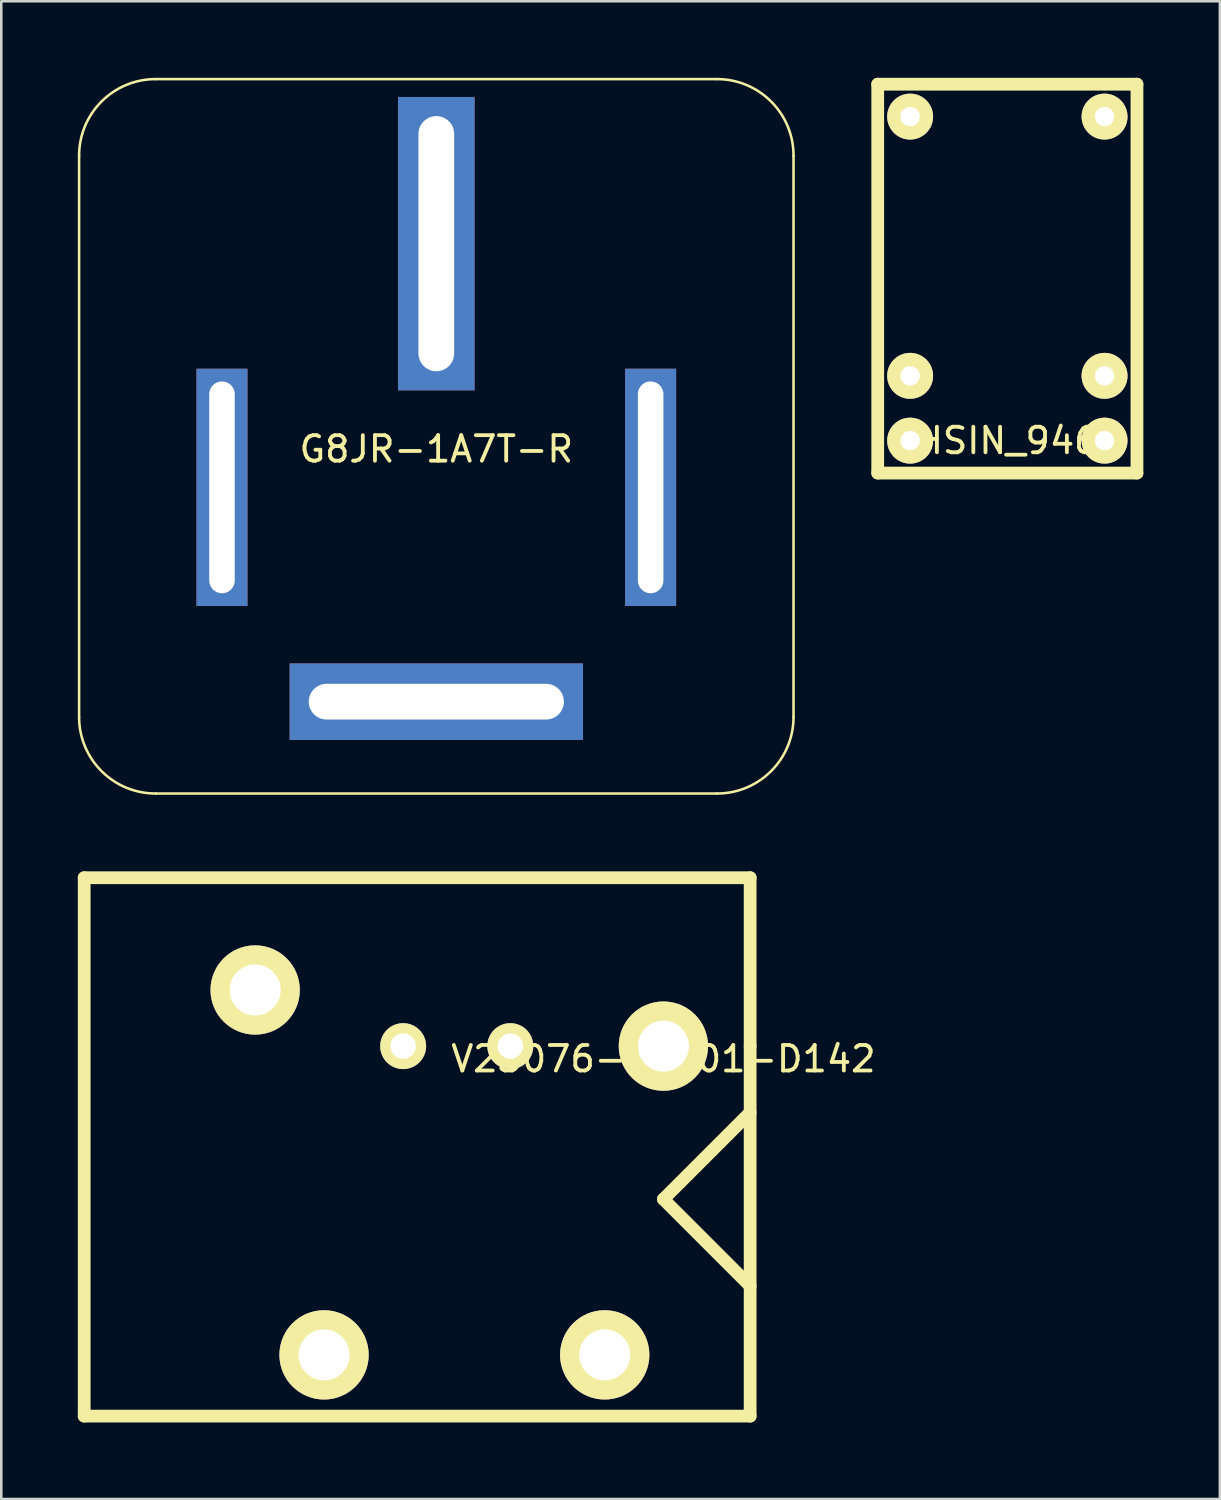
<source format=kicad_pcb>
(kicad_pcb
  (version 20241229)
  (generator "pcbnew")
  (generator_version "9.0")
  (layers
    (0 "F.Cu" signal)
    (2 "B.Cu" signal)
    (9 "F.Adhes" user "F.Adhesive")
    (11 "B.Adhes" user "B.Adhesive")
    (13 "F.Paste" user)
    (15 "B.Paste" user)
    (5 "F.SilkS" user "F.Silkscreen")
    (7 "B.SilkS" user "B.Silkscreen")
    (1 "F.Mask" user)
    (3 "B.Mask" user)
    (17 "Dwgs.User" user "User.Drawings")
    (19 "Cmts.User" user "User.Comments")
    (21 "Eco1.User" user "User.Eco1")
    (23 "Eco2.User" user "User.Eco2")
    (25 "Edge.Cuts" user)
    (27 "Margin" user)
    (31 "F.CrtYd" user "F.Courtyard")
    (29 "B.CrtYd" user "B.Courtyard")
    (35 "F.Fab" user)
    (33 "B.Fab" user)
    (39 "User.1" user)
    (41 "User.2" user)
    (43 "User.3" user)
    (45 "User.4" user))
  (footprint "HSIN_946"
    (layer "F.Cu")
    (at 32.62 1.52)
    (property "Reference" "HSIN_946" (at 3.81 12.7 0) (layer "F.SilkS") (effects (font (size 1 1) (thickness 0.15))))
    (attr through_hole)
    (fp_line (start -1.27 -1.27) (end 8.89 -1.27) (stroke (width 0.5) (type solid)) (layer "F.SilkS"))
    (fp_line (start -1.27 13.97) (end -1.27 -1.27) (stroke (width 0.5) (type solid)) (layer "F.SilkS"))
    (fp_line (start 8.89 -1.27) (end 8.89 13.97) (stroke (width 0.5) (type solid)) (layer "F.SilkS"))
    (fp_line (start 8.89 13.97) (end -1.27 13.97) (stroke (width 0.5) (type solid)) (layer "F.SilkS"))
    (pad "1" thru_hole circle (at 0 0) (size 1.8 1.8) (drill 0.762) (layers "*.Cu" "*.Mask" "F.SilkS"))
    (pad "1" thru_hole circle (at 7.62 0) (size 1.8 1.8) (drill 0.762) (layers "*.Cu" "*.Mask" "F.SilkS"))
    (pad "2" thru_hole circle (at 0 10.16) (size 1.8 1.8) (drill 0.762) (layers "*.Cu" "*.Mask" "F.SilkS"))
    (pad "3" thru_hole circle (at 0 12.7) (size 1.8 1.8) (drill 0.762) (layers "*.Cu" "*.Mask" "F.SilkS"))
    (pad "4" thru_hole circle (at 7.62 12.7) (size 1.8 1.8) (drill 0.762) (layers "*.Cu" "*.Mask" "F.SilkS"))
    (pad "5" thru_hole circle (at 7.62 10.16) (size 1.8 1.8) (drill 0.762) (layers "*.Cu" "*.Mask" "F.SilkS")))
  (footprint "V23076-A3001-D142"
    (layer "F.Cu")
    (at 22.95 37.95)
    (property "Reference" "V23076-A3001-D142" (at 0 0.5 0) (layer "F.SilkS") (effects (font (size 1 1) (thickness 0.15))))
    (attr through_hole)
    (fp_line (start -22.7 -6.6) (end -22.7 14.5) (stroke (width 0.5) (type solid)) (layer "F.SilkS"))
    (fp_line (start 0 6) (end 3.4 2.6) (stroke (width 0.5) (type solid)) (layer "F.SilkS"))
    (fp_line (start 0 6) (end 3.4 9.4) (stroke (width 0.5) (type solid)) (layer "F.SilkS"))
    (fp_line (start 3.4 -6.6) (end -22.7 -6.6) (stroke (width 0.5) (type solid)) (layer "F.SilkS"))
    (fp_line (start 3.4 0) (end 3.4 -6.6) (stroke (width 0.5) (type solid)) (layer "F.SilkS"))
    (fp_line (start 3.4 0) (end 3.4 14.5) (stroke (width 0.5) (type solid)) (layer "F.SilkS"))
    (fp_line (start 3.4 14.5) (end -22.7 14.5) (stroke (width 0.5) (type solid)) (layer "F.SilkS"))
    (pad "1" thru_hole circle (at -6 0) (size 1.8 1.8) (drill 1) (layers "*.Cu" "*.Mask" "F.SilkS"))
    (pad "2" thru_hole circle (at -10.2 0) (size 1.8 1.8) (drill 1) (layers "*.Cu" "*.Mask" "F.SilkS"))
    (pad "4" thru_hole circle (at -16 -2.2) (size 3.5 3.5) (drill 2) (layers "*.Cu" "*.Mask" "F.SilkS"))
    (pad "4" thru_hole circle (at -13.3 12.1) (size 3.5 3.5) (drill 2) (layers "*.Cu" "*.Mask" "F.SilkS"))
    (pad "4" thru_hole circle (at -2.3 12.1) (size 3.5 3.5) (drill 2) (layers "*.Cu" "*.Mask" "F.SilkS"))
    (pad "5" thru_hole circle (at 0 0) (size 3.5 3.5) (drill 2) (layers "*.Cu" "*.Mask" "F.SilkS")))
  (footprint "G8JR-1A7T-R"
    (layer "F.Cu")
    (at 14.05 14.05)
    (property "Reference" "G8JR-1A7T-R" (at 0 0.5 0) (layer "F.SilkS") (effects (font (size 1 1) (thickness 0.15))))
    (attr through_hole)
    (fp_line (start -14 11) (end -14 -11) (stroke (width 0.1) (type solid)) (layer "F.SilkS"))
    (fp_line (start -11 -14) (end 11 -14) (stroke (width 0.1) (type solid)) (layer "F.SilkS"))
    (fp_line (start 11 14) (end -11 14) (stroke (width 0.1) (type solid)) (layer "F.SilkS"))
    (fp_line (start 14 -11) (end 14 11) (stroke (width 0.1) (type solid)) (layer "F.SilkS"))
    (fp_arc (start -14 -11) (mid -13.12132 -13.12132) (end -11 -14) (stroke (width 0.1) (type solid)) (layer "F.SilkS"))
    (fp_arc (start -11 14) (mid -13.12132 13.12132) (end -14 11) (stroke (width 0.1) (type solid)) (layer "F.SilkS"))
    (fp_arc (start 11 -14) (mid 13.12132 -13.12132) (end 14 -11) (stroke (width 0.1) (type solid)) (layer "F.SilkS"))
    (fp_arc (start 14 11) (mid 13.12132 13.12132) (end 11 14) (stroke (width 0.1) (type solid)) (layer "F.SilkS"))
    (pad "1" thru_hole rect (at 8.4 2) (size 2 9.3) (drill oval 1 8.3) (layers "*.Cu" "*.Mask"))
    (pad "2" thru_hole rect (at -8.4 2) (size 2 9.3) (drill oval 1 8.3) (layers "*.Cu" "*.Mask"))
    (pad "3" thru_hole rect (at 0 -7.55) (size 3 11.5) (drill oval 1.4 10) (layers "*.Cu" "*.Mask"))
    (pad "5" thru_hole rect (at 0 10.4 90) (size 3 11.5) (drill oval 1.4 10) (layers "*.Cu" "*.Mask")))
  (gr_rect
    (start -3 -3)
    (end 44.76 55.7)
    (stroke (width 0.1) (type default))
    (fill no)
    (layer "Edge.Cuts")))
</source>
